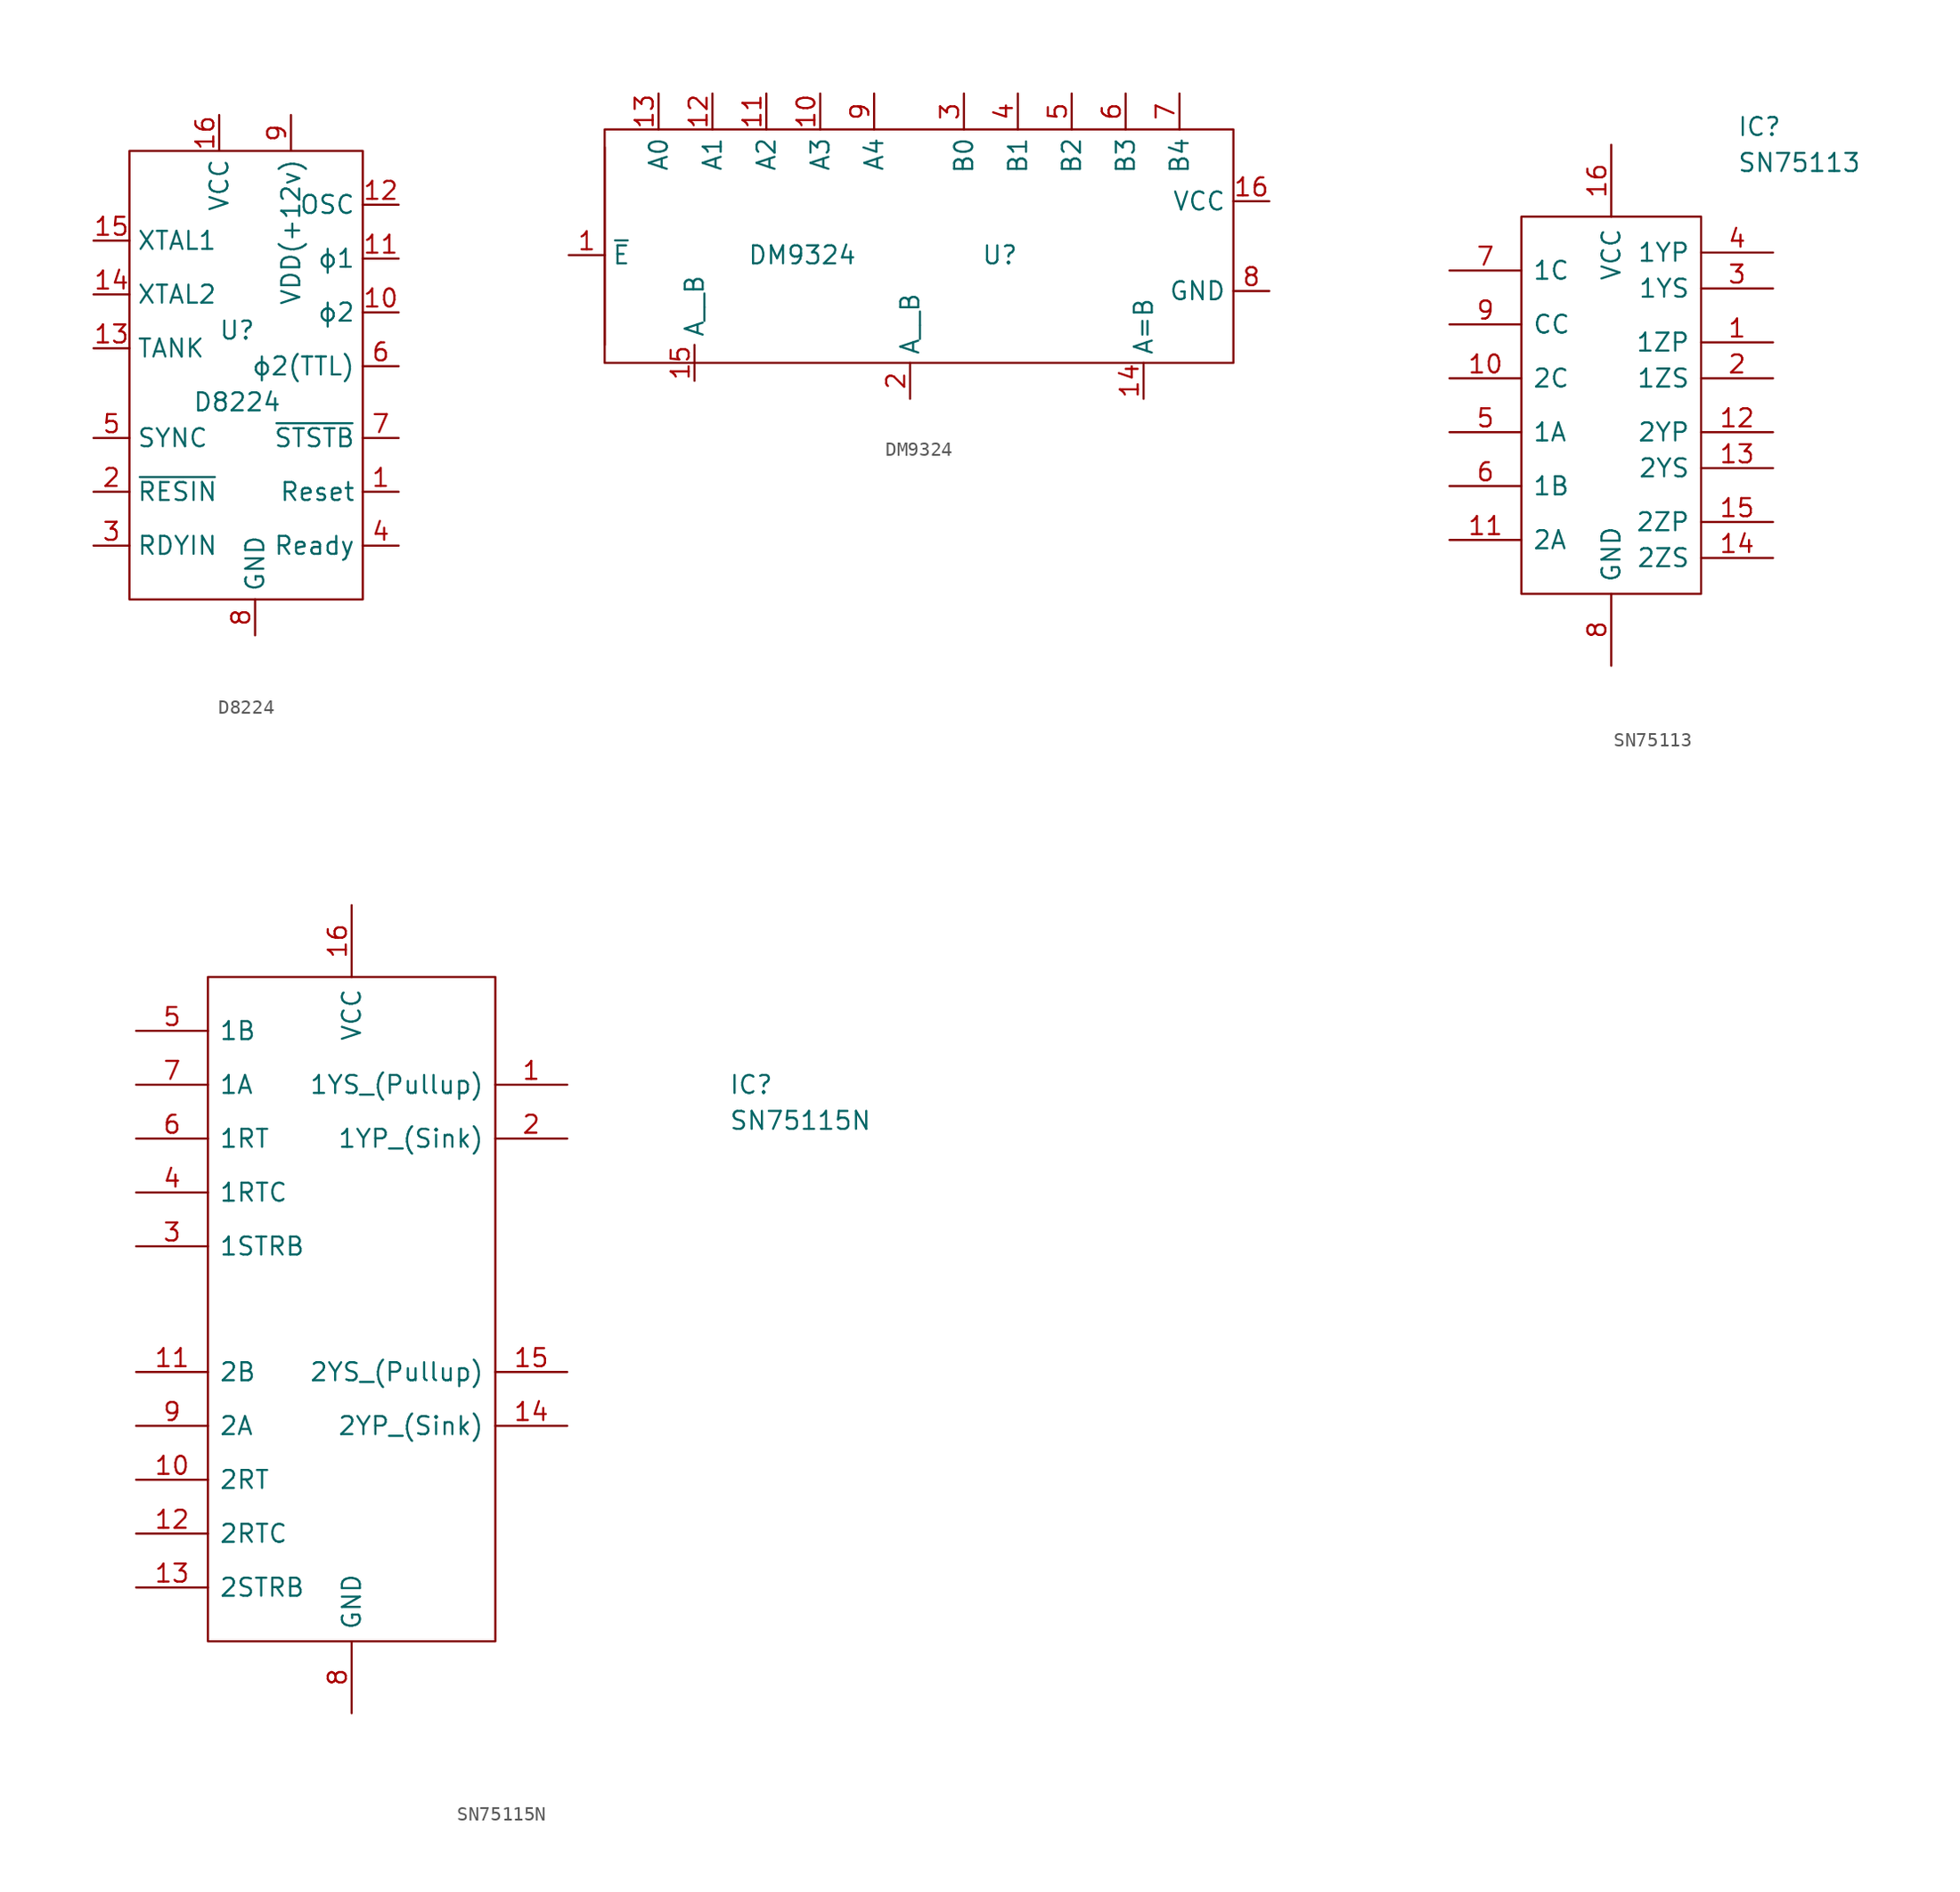
<source format=kicad_sym>
(kicad_symbol_lib
  (version 20220914)
  (generator kicad_symbol_editor)
  (symbol "D8224"
    (property "Reference" "U"
      (at -1.27 2.54 0)
      (effects (font (size 1.27 1.27))))
    (property "Value" "D8224"
      (at -1.27 -2.54 0)
      (effects (font (size 1.27 1.27))))
    (symbol "D8224_0_1"
      (rectangle (start -8.89 15.24) (end 7.62 -16.51) (stroke (width 0.152) (type default)) (fill (type none))))
    (symbol "D8224_1_1"
      (pin output line (at 10.16 -8.89 180) (length 2.54) (name "Reset" (effects (font (size 1.27 1.27)))) (number "1" (effects (font (size 1.27 1.27)))))
      (pin output line (at 10.16 3.81 180) (length 2.54) (name "ϕ2" (effects (font (size 1.27 1.27)))) (number "10" (effects (font (size 1.27 1.27)))))
      (pin output line (at 10.16 7.62 180) (length 2.54) (name "ϕ1" (effects (font (size 1.27 1.27)))) (number "11" (effects (font (size 1.27 1.27)))))
      (pin output line (at 10.16 11.43 180) (length 2.54) (name "OSC" (effects (font (size 1.27 1.27)))) (number "12" (effects (font (size 1.27 1.27)))))
      (pin input line (at -11.43 1.27 0) (length 2.54) (name "TANK" (effects (font (size 1.27 1.27)))) (number "13" (effects (font (size 1.27 1.27)))))
      (pin input line (at -11.43 5.08 0) (length 2.54) (name "XTAL2" (effects (font (size 1.27 1.27)))) (number "14" (effects (font (size 1.27 1.27)))))
      (pin input line (at -11.43 8.89 0) (length 2.54) (name "XTAL1" (effects (font (size 1.27 1.27)))) (number "15" (effects (font (size 1.27 1.27)))))
      (pin power_in line (at -2.54 17.78 270) (length 2.54) (name "VCC" (effects (font (size 1.27 1.27)))) (number "16" (effects (font (size 1.27 1.27)))))
      (pin input line (at -11.43 -8.89 0) (length 2.54) (name "~{RESIN}" (effects (font (size 1.27 1.27)))) (number "2" (effects (font (size 1.27 1.27)))))
      (pin input line (at -11.43 -12.7 0) (length 2.54) (name "RDYIN" (effects (font (size 1.27 1.27)))) (number "3" (effects (font (size 1.27 1.27)))))
      (pin output line (at 10.16 -12.7 180) (length 2.54) (name "Ready" (effects (font (size 1.27 1.27)))) (number "4" (effects (font (size 1.27 1.27)))))
      (pin input line (at -11.43 -5.08 0) (length 2.54) (name "SYNC" (effects (font (size 1.27 1.27)))) (number "5" (effects (font (size 1.27 1.27)))))
      (pin output line (at 10.16 0 180) (length 2.54) (name "ϕ2(TTL)" (effects (font (size 1.27 1.27)))) (number "6" (effects (font (size 1.27 1.27)))))
      (pin output line (at 10.16 -5.08 180) (length 2.54) (name "~{STSTB}" (effects (font (size 1.27 1.27)))) (number "7" (effects (font (size 1.27 1.27)))))
      (pin power_in line (at 0 -19.05 90) (length 2.54) (name "GND" (effects (font (size 1.27 1.27)))) (number "8" (effects (font (size 1.27 1.27)))))
      (pin power_in line (at 2.54 17.78 270) (length 2.54) (name "VDD(+12v)" (effects (font (size 1.27 1.27)))) (number "9" (effects (font (size 1.27 1.27)))))))
  (symbol "DM9324"
    (property "Reference" "U"
      (at 6.35 -1.27 0)
      (effects (font (size 1.27 1.27))))
    (property "Value" "DM9324"
      (at -7.62 -1.27 0)
      (effects (font (size 1.27 1.27))))
    (symbol "DM9324_0_1"
      (rectangle (start -21.59 6.35) (end -21.59 -7.62) (stroke (width 0.152) (type default)) (fill (type none)))
      (rectangle (start -21.59 7.62) (end 22.86 -8.89) (stroke (width 0.152) (type default)) (fill (type none))))
    (symbol "DM9324_1_1"
      (pin input line (at -24.13 -1.27 0) (length 2.54) (name "~{E}" (effects (font (size 1.27 1.27)))) (number "1" (effects (font (size 1.27 1.27)))))
      (pin input line (at -6.35 10.16 270) (length 2.54) (name "A3" (effects (font (size 1.27 1.27)))) (number "10" (effects (font (size 1.27 1.27)))))
      (pin input line (at -10.16 10.16 270) (length 2.54) (name "A2" (effects (font (size 1.27 1.27)))) (number "11" (effects (font (size 1.27 1.27)))))
      (pin input line (at -13.97 10.16 270) (length 2.54) (name "A1" (effects (font (size 1.27 1.27)))) (number "12" (effects (font (size 1.27 1.27)))))
      (pin input line (at -17.78 10.16 270) (length 2.54) (name "A0" (effects (font (size 1.27 1.27)))) (number "13" (effects (font (size 1.27 1.27)))))
      (pin output line (at 16.51 -11.43 90) (length 2.54) (name "A=B" (effects (font (size 1.27 1.27)))) (number "14" (effects (font (size 1.27 1.27)))))
      (pin output line (at -15.24 -10.16 90) (length 2.54) (name "A__B" (effects (font (size 1.27 1.27)))) (number "15" (effects (font (size 1.27 1.27)))))
      (pin power_in line (at 25.4 2.54 180) (length 2.54) (name "VCC" (effects (font (size 1.27 1.27)))) (number "16" (effects (font (size 1.27 1.27)))))
      (pin output line (at 0 -11.43 90) (length 2.54) (name "A__B" (effects (font (size 1.27 1.27)))) (number "2" (effects (font (size 1.27 1.27)))))
      (pin input line (at 3.81 10.16 270) (length 2.54) (name "B0" (effects (font (size 1.27 1.27)))) (number "3" (effects (font (size 1.27 1.27)))))
      (pin input line (at 7.62 10.16 270) (length 2.54) (name "B1" (effects (font (size 1.27 1.27)))) (number "4" (effects (font (size 1.27 1.27)))))
      (pin input line (at 11.43 10.16 270) (length 2.54) (name "B2" (effects (font (size 1.27 1.27)))) (number "5" (effects (font (size 1.27 1.27)))))
      (pin input line (at 15.24 10.16 270) (length 2.54) (name "B3" (effects (font (size 1.27 1.27)))) (number "6" (effects (font (size 1.27 1.27)))))
      (pin input line (at 19.05 10.16 270) (length 2.54) (name "B4" (effects (font (size 1.27 1.27)))) (number "7" (effects (font (size 1.27 1.27)))))
      (pin power_in line (at 25.4 -3.81 180) (length 2.54) (name "GND" (effects (font (size 1.27 1.27)))) (number "8" (effects (font (size 1.27 1.27)))))
      (pin input line (at -2.54 10.16 270) (length 2.54) (name "A4" (effects (font (size 1.27 1.27)))) (number "9" (effects (font (size 1.27 1.27)))))))
  (symbol "SN75113"
    (pin_names
      (offset 0.762))
    (property "Reference" "IC"
      (at 8.89 19.05 0)
      (effects (font (size 1.27 1.27)) (justify left)))
    (property "Value" "SN75113"
      (at 8.89 16.51 0)
      (effects (font (size 1.27 1.27)) (justify left)))
    (symbol "SN75113_0_0"
      (pin passive line (at 11.43 3.81 180) (length 5.08) (name "1ZP" (effects (font (size 1.27 1.27)))) (number "1" (effects (font (size 1.27 1.27)))))
      (pin passive line (at -11.43 1.27 0) (length 5.08) (name "2C" (effects (font (size 1.27 1.27)))) (number "10" (effects (font (size 1.27 1.27)))))
      (pin passive line (at -11.43 -10.16 0) (length 5.08) (name "2A" (effects (font (size 1.27 1.27)))) (number "11" (effects (font (size 1.27 1.27)))))
      (pin passive line (at 11.43 -2.54 180) (length 5.08) (name "2YP" (effects (font (size 1.27 1.27)))) (number "12" (effects (font (size 1.27 1.27)))))
      (pin passive line (at 11.43 -5.08 180) (length 5.08) (name "2YS" (effects (font (size 1.27 1.27)))) (number "13" (effects (font (size 1.27 1.27)))))
      (pin passive line (at 11.43 -11.43 180) (length 5.08) (name "2ZS" (effects (font (size 1.27 1.27)))) (number "14" (effects (font (size 1.27 1.27)))))
      (pin passive line (at 11.43 -8.89 180) (length 5.08) (name "2ZP" (effects (font (size 1.27 1.27)))) (number "15" (effects (font (size 1.27 1.27)))))
      (pin power_in line (at 0 17.78 270) (length 5.08) (name "VCC" (effects (font (size 1.27 1.27)))) (number "16" (effects (font (size 1.27 1.27)))))
      (pin passive line (at 11.43 1.27 180) (length 5.08) (name "1ZS" (effects (font (size 1.27 1.27)))) (number "2" (effects (font (size 1.27 1.27)))))
      (pin passive line (at 11.43 7.62 180) (length 5.08) (name "1YS" (effects (font (size 1.27 1.27)))) (number "3" (effects (font (size 1.27 1.27)))))
      (pin passive line (at 11.43 10.16 180) (length 5.08) (name "1YP" (effects (font (size 1.27 1.27)))) (number "4" (effects (font (size 1.27 1.27)))))
      (pin passive line (at -11.43 -2.54 0) (length 5.08) (name "1A" (effects (font (size 1.27 1.27)))) (number "5" (effects (font (size 1.27 1.27)))))
      (pin passive line (at -11.43 -6.35 0) (length 5.08) (name "1B" (effects (font (size 1.27 1.27)))) (number "6" (effects (font (size 1.27 1.27)))))
      (pin passive line (at -11.43 8.89 0) (length 5.08) (name "1C" (effects (font (size 1.27 1.27)))) (number "7" (effects (font (size 1.27 1.27)))))
      (pin power_in line (at 0 -19.05 90) (length 5.08) (name "GND" (effects (font (size 1.27 1.27)))) (number "8" (effects (font (size 1.27 1.27)))))
      (pin passive line (at -11.43 5.08 0) (length 5.08) (name "CC" (effects (font (size 1.27 1.27)))) (number "9" (effects (font (size 1.27 1.27))))))
    (symbol "SN75113_0_1"
      (rectangle (start -6.35 12.7) (end 6.35 -13.97) (stroke (width 0.152) (type default)) (fill (type none)))))
  (symbol "SN75115N"
    (pin_names
      (offset 0.762))
    (property "Reference" "IC"
      (at 26.67 7.62 0)
      (effects (font (size 1.27 1.27)) (justify left)))
    (property "Value" "SN75115N"
      (at 26.67 5.08 0)
      (effects (font (size 1.27 1.27)) (justify left)))
    (symbol "SN75115N_0_0"
      (pin output line (at 15.24 7.62 180) (length 5.08) (name "1YS_(Pullup)" (effects (font (size 1.27 1.27)))) (number "1" (effects (font (size 1.27 1.27)))))
      (pin input line (at -15.24 -20.32 0) (length 5.08) (name "2RT" (effects (font (size 1.27 1.27)))) (number "10" (effects (font (size 1.27 1.27)))))
      (pin input line (at -15.24 -12.7 0) (length 5.08) (name "2B" (effects (font (size 1.27 1.27)))) (number "11" (effects (font (size 1.27 1.27)))))
      (pin input line (at -15.24 -24.13 0) (length 5.08) (name "2RTC" (effects (font (size 1.27 1.27)))) (number "12" (effects (font (size 1.27 1.27)))))
      (pin input line (at -15.24 -27.94 0) (length 5.08) (name "2STRB" (effects (font (size 1.27 1.27)))) (number "13" (effects (font (size 1.27 1.27)))))
      (pin output line (at 15.24 -16.51 180) (length 5.08) (name "2YP_(Sink)" (effects (font (size 1.27 1.27)))) (number "14" (effects (font (size 1.27 1.27)))))
      (pin output line (at 15.24 -12.7 180) (length 5.08) (name "2YS_(Pullup)" (effects (font (size 1.27 1.27)))) (number "15" (effects (font (size 1.27 1.27)))))
      (pin power_in line (at 0 20.32 270) (length 5.08) (name "VCC" (effects (font (size 1.27 1.27)))) (number "16" (effects (font (size 1.27 1.27)))))
      (pin output line (at 15.24 3.81 180) (length 5.08) (name "1YP_(Sink)" (effects (font (size 1.27 1.27)))) (number "2" (effects (font (size 1.27 1.27)))))
      (pin input line (at -15.24 -3.81 0) (length 5.08) (name "1STRB" (effects (font (size 1.27 1.27)))) (number "3" (effects (font (size 1.27 1.27)))))
      (pin input line (at -15.24 0 0) (length 5.08) (name "1RTC" (effects (font (size 1.27 1.27)))) (number "4" (effects (font (size 1.27 1.27)))))
      (pin input line (at -15.24 11.43 0) (length 5.08) (name "1B" (effects (font (size 1.27 1.27)))) (number "5" (effects (font (size 1.27 1.27)))))
      (pin input line (at -15.24 3.81 0) (length 5.08) (name "1RT" (effects (font (size 1.27 1.27)))) (number "6" (effects (font (size 1.27 1.27)))))
      (pin input line (at -15.24 7.62 0) (length 5.08) (name "1A" (effects (font (size 1.27 1.27)))) (number "7" (effects (font (size 1.27 1.27)))))
      (pin power_in line (at 0 -36.83 90) (length 5.08) (name "GND" (effects (font (size 1.27 1.27)))) (number "8" (effects (font (size 1.27 1.27)))))
      (pin input line (at -15.24 -16.51 0) (length 5.08) (name "2A" (effects (font (size 1.27 1.27)))) (number "9" (effects (font (size 1.27 1.27))))))
    (symbol "SN75115N_0_1"
      (rectangle (start -10.16 15.24) (end 10.16 -31.75) (stroke (width 0.152) (type default)) (fill (type none))))))
</source>
